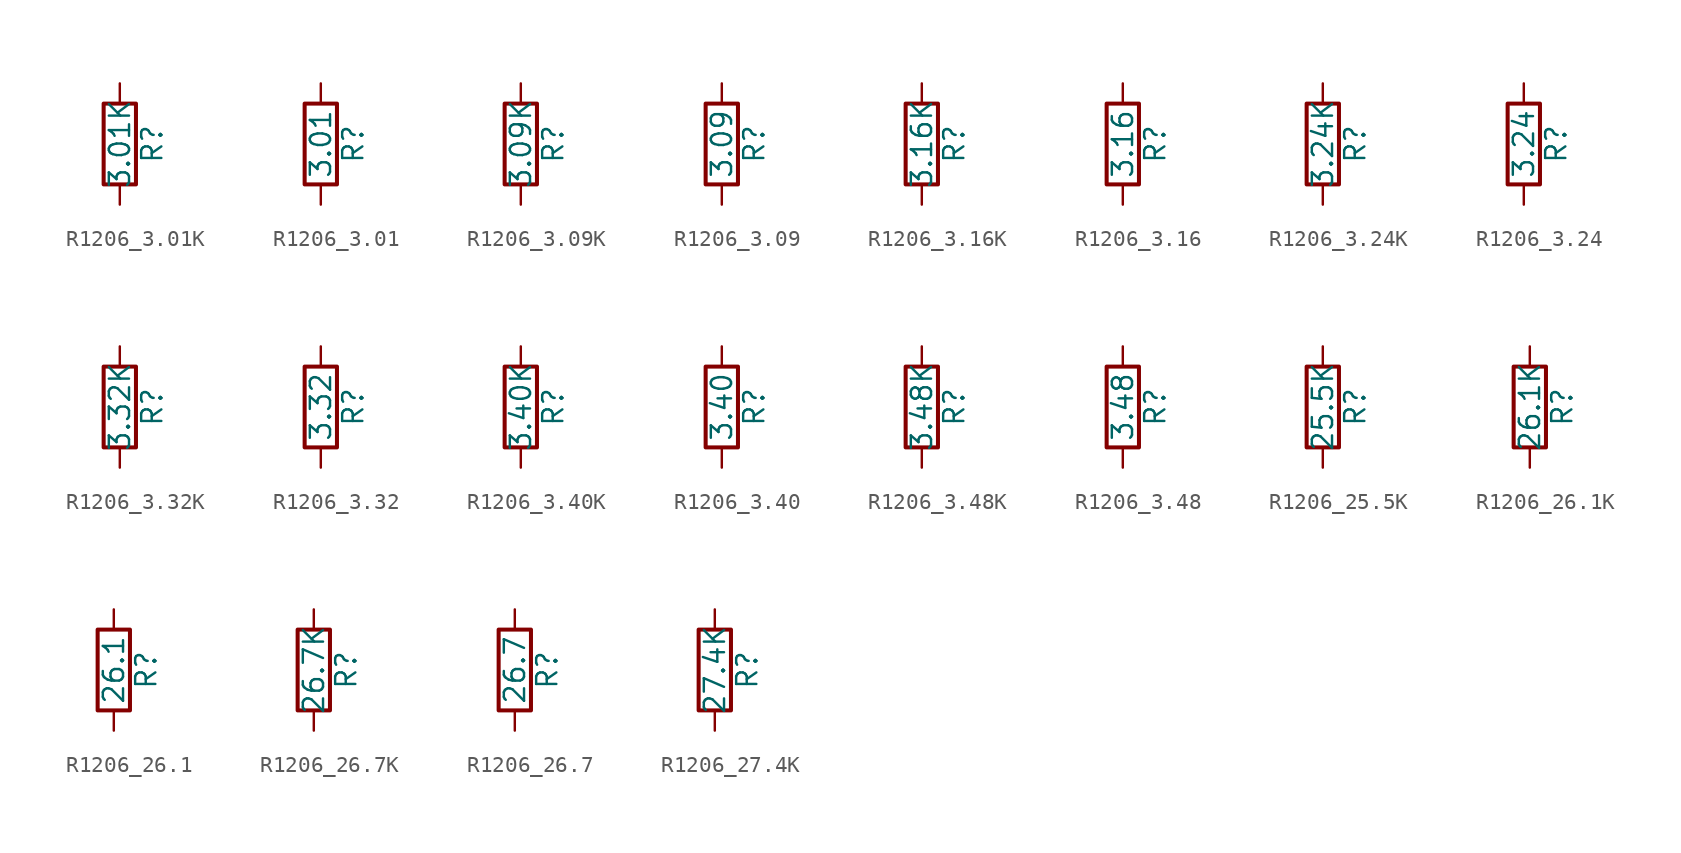
<source format=kicad_sym>
(kicad_symbol_lib
  (version 20211014)
  (generator atlantix-eda)
  (symbol "R1206_3.01K"
    (pin_numbers hide)
    (pin_names
      (offset 0))
    (property "Reference" "R"
      (at 2.032 0 90)
      (effects (font (size 1.27 1.27))))
    (property "Value" "3.01K"
      (at 0 0 90)
      (effects (font (size 1.27 1.27))))
    (symbol "R1206_3.01K_0_1"
      (rectangle (start -1.016 -2.54) (end 1.016 2.54) (stroke (width 0.254) (type default) (color 0 0 0 0)) (fill (type none))))
    (symbol "R1206_3.01K_1_1"
      (pin passive line (at 0 3.81 270) (length 1.27) (name "~" (effects (font (size 1.27 1.27)))) (number "1" (effects (font (size 1.27 1.27)))))
      (pin passive line (at 0 -3.81 90) (length 1.27) (name "~" (effects (font (size 1.27 1.27)))) (number "2" (effects (font (size 1.27 1.27)))))))
  (symbol "R1206_3.01"
    (pin_numbers hide)
    (pin_names
      (offset 0))
    (property "Reference" "R"
      (at 2.032 0 90)
      (effects (font (size 1.27 1.27))))
    (property "Value" "3.01"
      (at 0 0 90)
      (effects (font (size 1.27 1.27))))
    (symbol "R1206_3.01_0_1"
      (rectangle (start -1.016 -2.54) (end 1.016 2.54) (stroke (width 0.254) (type default) (color 0 0 0 0)) (fill (type none))))
    (symbol "R1206_3.01_1_1"
      (pin passive line (at 0 3.81 270) (length 1.27) (name "~" (effects (font (size 1.27 1.27)))) (number "1" (effects (font (size 1.27 1.27)))))
      (pin passive line (at 0 -3.81 90) (length 1.27) (name "~" (effects (font (size 1.27 1.27)))) (number "2" (effects (font (size 1.27 1.27)))))))
  (symbol "R1206_3.09K"
    (pin_numbers hide)
    (pin_names
      (offset 0))
    (property "Reference" "R"
      (at 2.032 0 90)
      (effects (font (size 1.27 1.27))))
    (property "Value" "3.09K"
      (at 0 0 90)
      (effects (font (size 1.27 1.27))))
    (symbol "R1206_3.09K_0_1"
      (rectangle (start -1.016 -2.54) (end 1.016 2.54) (stroke (width 0.254) (type default) (color 0 0 0 0)) (fill (type none))))
    (symbol "R1206_3.09K_1_1"
      (pin passive line (at 0 3.81 270) (length 1.27) (name "~" (effects (font (size 1.27 1.27)))) (number "1" (effects (font (size 1.27 1.27)))))
      (pin passive line (at 0 -3.81 90) (length 1.27) (name "~" (effects (font (size 1.27 1.27)))) (number "2" (effects (font (size 1.27 1.27)))))))
  (symbol "R1206_3.09"
    (pin_numbers hide)
    (pin_names
      (offset 0))
    (property "Reference" "R"
      (at 2.032 0 90)
      (effects (font (size 1.27 1.27))))
    (property "Value" "3.09"
      (at 0 0 90)
      (effects (font (size 1.27 1.27))))
    (symbol "R1206_3.09_0_1"
      (rectangle (start -1.016 -2.54) (end 1.016 2.54) (stroke (width 0.254) (type default) (color 0 0 0 0)) (fill (type none))))
    (symbol "R1206_3.09_1_1"
      (pin passive line (at 0 3.81 270) (length 1.27) (name "~" (effects (font (size 1.27 1.27)))) (number "1" (effects (font (size 1.27 1.27)))))
      (pin passive line (at 0 -3.81 90) (length 1.27) (name "~" (effects (font (size 1.27 1.27)))) (number "2" (effects (font (size 1.27 1.27)))))))
  (symbol "R1206_3.16K"
    (pin_numbers hide)
    (pin_names
      (offset 0))
    (property "Reference" "R"
      (at 2.032 0 90)
      (effects (font (size 1.27 1.27))))
    (property "Value" "3.16K"
      (at 0 0 90)
      (effects (font (size 1.27 1.27))))
    (symbol "R1206_3.16K_0_1"
      (rectangle (start -1.016 -2.54) (end 1.016 2.54) (stroke (width 0.254) (type default) (color 0 0 0 0)) (fill (type none))))
    (symbol "R1206_3.16K_1_1"
      (pin passive line (at 0 3.81 270) (length 1.27) (name "~" (effects (font (size 1.27 1.27)))) (number "1" (effects (font (size 1.27 1.27)))))
      (pin passive line (at 0 -3.81 90) (length 1.27) (name "~" (effects (font (size 1.27 1.27)))) (number "2" (effects (font (size 1.27 1.27)))))))
  (symbol "R1206_3.16"
    (pin_numbers hide)
    (pin_names
      (offset 0))
    (property "Reference" "R"
      (at 2.032 0 90)
      (effects (font (size 1.27 1.27))))
    (property "Value" "3.16"
      (at 0 0 90)
      (effects (font (size 1.27 1.27))))
    (symbol "R1206_3.16_0_1"
      (rectangle (start -1.016 -2.54) (end 1.016 2.54) (stroke (width 0.254) (type default) (color 0 0 0 0)) (fill (type none))))
    (symbol "R1206_3.16_1_1"
      (pin passive line (at 0 3.81 270) (length 1.27) (name "~" (effects (font (size 1.27 1.27)))) (number "1" (effects (font (size 1.27 1.27)))))
      (pin passive line (at 0 -3.81 90) (length 1.27) (name "~" (effects (font (size 1.27 1.27)))) (number "2" (effects (font (size 1.27 1.27)))))))
  (symbol "R1206_3.24K"
    (pin_numbers hide)
    (pin_names
      (offset 0))
    (property "Reference" "R"
      (at 2.032 0 90)
      (effects (font (size 1.27 1.27))))
    (property "Value" "3.24K"
      (at 0 0 90)
      (effects (font (size 1.27 1.27))))
    (symbol "R1206_3.24K_0_1"
      (rectangle (start -1.016 -2.54) (end 1.016 2.54) (stroke (width 0.254) (type default) (color 0 0 0 0)) (fill (type none))))
    (symbol "R1206_3.24K_1_1"
      (pin passive line (at 0 3.81 270) (length 1.27) (name "~" (effects (font (size 1.27 1.27)))) (number "1" (effects (font (size 1.27 1.27)))))
      (pin passive line (at 0 -3.81 90) (length 1.27) (name "~" (effects (font (size 1.27 1.27)))) (number "2" (effects (font (size 1.27 1.27)))))))
  (symbol "R1206_3.24"
    (pin_numbers hide)
    (pin_names
      (offset 0))
    (property "Reference" "R"
      (at 2.032 0 90)
      (effects (font (size 1.27 1.27))))
    (property "Value" "3.24"
      (at 0 0 90)
      (effects (font (size 1.27 1.27))))
    (symbol "R1206_3.24_0_1"
      (rectangle (start -1.016 -2.54) (end 1.016 2.54) (stroke (width 0.254) (type default) (color 0 0 0 0)) (fill (type none))))
    (symbol "R1206_3.24_1_1"
      (pin passive line (at 0 3.81 270) (length 1.27) (name "~" (effects (font (size 1.27 1.27)))) (number "1" (effects (font (size 1.27 1.27)))))
      (pin passive line (at 0 -3.81 90) (length 1.27) (name "~" (effects (font (size 1.27 1.27)))) (number "2" (effects (font (size 1.27 1.27)))))))
  (symbol "R1206_3.32K"
    (pin_numbers hide)
    (pin_names
      (offset 0))
    (property "Reference" "R"
      (at 2.032 0 90)
      (effects (font (size 1.27 1.27))))
    (property "Value" "3.32K"
      (at 0 0 90)
      (effects (font (size 1.27 1.27))))
    (symbol "R1206_3.32K_0_1"
      (rectangle (start -1.016 -2.54) (end 1.016 2.54) (stroke (width 0.254) (type default) (color 0 0 0 0)) (fill (type none))))
    (symbol "R1206_3.32K_1_1"
      (pin passive line (at 0 3.81 270) (length 1.27) (name "~" (effects (font (size 1.27 1.27)))) (number "1" (effects (font (size 1.27 1.27)))))
      (pin passive line (at 0 -3.81 90) (length 1.27) (name "~" (effects (font (size 1.27 1.27)))) (number "2" (effects (font (size 1.27 1.27)))))))
  (symbol "R1206_3.32"
    (pin_numbers hide)
    (pin_names
      (offset 0))
    (property "Reference" "R"
      (at 2.032 0 90)
      (effects (font (size 1.27 1.27))))
    (property "Value" "3.32"
      (at 0 0 90)
      (effects (font (size 1.27 1.27))))
    (symbol "R1206_3.32_0_1"
      (rectangle (start -1.016 -2.54) (end 1.016 2.54) (stroke (width 0.254) (type default) (color 0 0 0 0)) (fill (type none))))
    (symbol "R1206_3.32_1_1"
      (pin passive line (at 0 3.81 270) (length 1.27) (name "~" (effects (font (size 1.27 1.27)))) (number "1" (effects (font (size 1.27 1.27)))))
      (pin passive line (at 0 -3.81 90) (length 1.27) (name "~" (effects (font (size 1.27 1.27)))) (number "2" (effects (font (size 1.27 1.27)))))))
  (symbol "R1206_3.40K"
    (pin_numbers hide)
    (pin_names
      (offset 0))
    (property "Reference" "R"
      (at 2.032 0 90)
      (effects (font (size 1.27 1.27))))
    (property "Value" "3.40K"
      (at 0 0 90)
      (effects (font (size 1.27 1.27))))
    (symbol "R1206_3.40K_0_1"
      (rectangle (start -1.016 -2.54) (end 1.016 2.54) (stroke (width 0.254) (type default) (color 0 0 0 0)) (fill (type none))))
    (symbol "R1206_3.40K_1_1"
      (pin passive line (at 0 3.81 270) (length 1.27) (name "~" (effects (font (size 1.27 1.27)))) (number "1" (effects (font (size 1.27 1.27)))))
      (pin passive line (at 0 -3.81 90) (length 1.27) (name "~" (effects (font (size 1.27 1.27)))) (number "2" (effects (font (size 1.27 1.27)))))))
  (symbol "R1206_3.40"
    (pin_numbers hide)
    (pin_names
      (offset 0))
    (property "Reference" "R"
      (at 2.032 0 90)
      (effects (font (size 1.27 1.27))))
    (property "Value" "3.40"
      (at 0 0 90)
      (effects (font (size 1.27 1.27))))
    (symbol "R1206_3.40_0_1"
      (rectangle (start -1.016 -2.54) (end 1.016 2.54) (stroke (width 0.254) (type default) (color 0 0 0 0)) (fill (type none))))
    (symbol "R1206_3.40_1_1"
      (pin passive line (at 0 3.81 270) (length 1.27) (name "~" (effects (font (size 1.27 1.27)))) (number "1" (effects (font (size 1.27 1.27)))))
      (pin passive line (at 0 -3.81 90) (length 1.27) (name "~" (effects (font (size 1.27 1.27)))) (number "2" (effects (font (size 1.27 1.27)))))))
  (symbol "R1206_3.48K"
    (pin_numbers hide)
    (pin_names
      (offset 0))
    (property "Reference" "R"
      (at 2.032 0 90)
      (effects (font (size 1.27 1.27))))
    (property "Value" "3.48K"
      (at 0 0 90)
      (effects (font (size 1.27 1.27))))
    (symbol "R1206_3.48K_0_1"
      (rectangle (start -1.016 -2.54) (end 1.016 2.54) (stroke (width 0.254) (type default) (color 0 0 0 0)) (fill (type none))))
    (symbol "R1206_3.48K_1_1"
      (pin passive line (at 0 3.81 270) (length 1.27) (name "~" (effects (font (size 1.27 1.27)))) (number "1" (effects (font (size 1.27 1.27)))))
      (pin passive line (at 0 -3.81 90) (length 1.27) (name "~" (effects (font (size 1.27 1.27)))) (number "2" (effects (font (size 1.27 1.27)))))))
  (symbol "R1206_3.48"
    (pin_numbers hide)
    (pin_names
      (offset 0))
    (property "Reference" "R"
      (at 2.032 0 90)
      (effects (font (size 1.27 1.27))))
    (property "Value" "3.48"
      (at 0 0 90)
      (effects (font (size 1.27 1.27))))
    (symbol "R1206_3.48_0_1"
      (rectangle (start -1.016 -2.54) (end 1.016 2.54) (stroke (width 0.254) (type default) (color 0 0 0 0)) (fill (type none))))
    (symbol "R1206_3.48_1_1"
      (pin passive line (at 0 3.81 270) (length 1.27) (name "~" (effects (font (size 1.27 1.27)))) (number "1" (effects (font (size 1.27 1.27)))))
      (pin passive line (at 0 -3.81 90) (length 1.27) (name "~" (effects (font (size 1.27 1.27)))) (number "2" (effects (font (size 1.27 1.27)))))))
  (symbol "R1206_25.5K"
    (pin_numbers hide)
    (pin_names
      (offset 0))
    (property "Reference" "R"
      (at 2.032 0 90)
      (effects (font (size 1.27 1.27))))
    (property "Value" "25.5K"
      (at 0 0 90)
      (effects (font (size 1.27 1.27))))
    (symbol "R1206_25.5K_0_1"
      (rectangle (start -1.016 -2.54) (end 1.016 2.54) (stroke (width 0.254) (type default) (color 0 0 0 0)) (fill (type none))))
    (symbol "R1206_25.5K_1_1"
      (pin passive line (at 0 3.81 270) (length 1.27) (name "~" (effects (font (size 1.27 1.27)))) (number "1" (effects (font (size 1.27 1.27)))))
      (pin passive line (at 0 -3.81 90) (length 1.27) (name "~" (effects (font (size 1.27 1.27)))) (number "2" (effects (font (size 1.27 1.27)))))))
  (symbol "R1206_26.1K"
    (pin_numbers hide)
    (pin_names
      (offset 0))
    (property "Reference" "R"
      (at 2.032 0 90)
      (effects (font (size 1.27 1.27))))
    (property "Value" "26.1K"
      (at 0 0 90)
      (effects (font (size 1.27 1.27))))
    (symbol "R1206_26.1K_0_1"
      (rectangle (start -1.016 -2.54) (end 1.016 2.54) (stroke (width 0.254) (type default) (color 0 0 0 0)) (fill (type none))))
    (symbol "R1206_26.1K_1_1"
      (pin passive line (at 0 3.81 270) (length 1.27) (name "~" (effects (font (size 1.27 1.27)))) (number "1" (effects (font (size 1.27 1.27)))))
      (pin passive line (at 0 -3.81 90) (length 1.27) (name "~" (effects (font (size 1.27 1.27)))) (number "2" (effects (font (size 1.27 1.27)))))))
  (symbol "R1206_26.1"
    (pin_numbers hide)
    (pin_names
      (offset 0))
    (property "Reference" "R"
      (at 2.032 0 90)
      (effects (font (size 1.27 1.27))))
    (property "Value" "26.1"
      (at 0 0 90)
      (effects (font (size 1.27 1.27))))
    (symbol "R1206_26.1_0_1"
      (rectangle (start -1.016 -2.54) (end 1.016 2.54) (stroke (width 0.254) (type default) (color 0 0 0 0)) (fill (type none))))
    (symbol "R1206_26.1_1_1"
      (pin passive line (at 0 3.81 270) (length 1.27) (name "~" (effects (font (size 1.27 1.27)))) (number "1" (effects (font (size 1.27 1.27)))))
      (pin passive line (at 0 -3.81 90) (length 1.27) (name "~" (effects (font (size 1.27 1.27)))) (number "2" (effects (font (size 1.27 1.27)))))))
  (symbol "R1206_26.7K"
    (pin_numbers hide)
    (pin_names
      (offset 0))
    (property "Reference" "R"
      (at 2.032 0 90)
      (effects (font (size 1.27 1.27))))
    (property "Value" "26.7K"
      (at 0 0 90)
      (effects (font (size 1.27 1.27))))
    (symbol "R1206_26.7K_0_1"
      (rectangle (start -1.016 -2.54) (end 1.016 2.54) (stroke (width 0.254) (type default) (color 0 0 0 0)) (fill (type none))))
    (symbol "R1206_26.7K_1_1"
      (pin passive line (at 0 3.81 270) (length 1.27) (name "~" (effects (font (size 1.27 1.27)))) (number "1" (effects (font (size 1.27 1.27)))))
      (pin passive line (at 0 -3.81 90) (length 1.27) (name "~" (effects (font (size 1.27 1.27)))) (number "2" (effects (font (size 1.27 1.27)))))))
  (symbol "R1206_26.7"
    (pin_numbers hide)
    (pin_names
      (offset 0))
    (property "Reference" "R"
      (at 2.032 0 90)
      (effects (font (size 1.27 1.27))))
    (property "Value" "26.7"
      (at 0 0 90)
      (effects (font (size 1.27 1.27))))
    (symbol "R1206_26.7_0_1"
      (rectangle (start -1.016 -2.54) (end 1.016 2.54) (stroke (width 0.254) (type default) (color 0 0 0 0)) (fill (type none))))
    (symbol "R1206_26.7_1_1"
      (pin passive line (at 0 3.81 270) (length 1.27) (name "~" (effects (font (size 1.27 1.27)))) (number "1" (effects (font (size 1.27 1.27)))))
      (pin passive line (at 0 -3.81 90) (length 1.27) (name "~" (effects (font (size 1.27 1.27)))) (number "2" (effects (font (size 1.27 1.27)))))))
  (symbol "R1206_27.4K"
    (pin_numbers hide)
    (pin_names
      (offset 0))
    (property "Reference" "R"
      (at 2.032 0 90)
      (effects (font (size 1.27 1.27))))
    (property "Value" "27.4K"
      (at 0 0 90)
      (effects (font (size 1.27 1.27))))
    (symbol "R1206_27.4K_0_1"
      (rectangle (start -1.016 -2.54) (end 1.016 2.54) (stroke (width 0.254) (type default) (color 0 0 0 0)) (fill (type none))))
    (symbol "R1206_27.4K_1_1"
      (pin passive line (at 0 3.81 270) (length 1.27) (name "~" (effects (font (size 1.27 1.27)))) (number "1" (effects (font (size 1.27 1.27)))))
      (pin passive line (at 0 -3.81 90) (length 1.27) (name "~" (effects (font (size 1.27 1.27)))) (number "2" (effects (font (size 1.27 1.27))))))))
</source>
